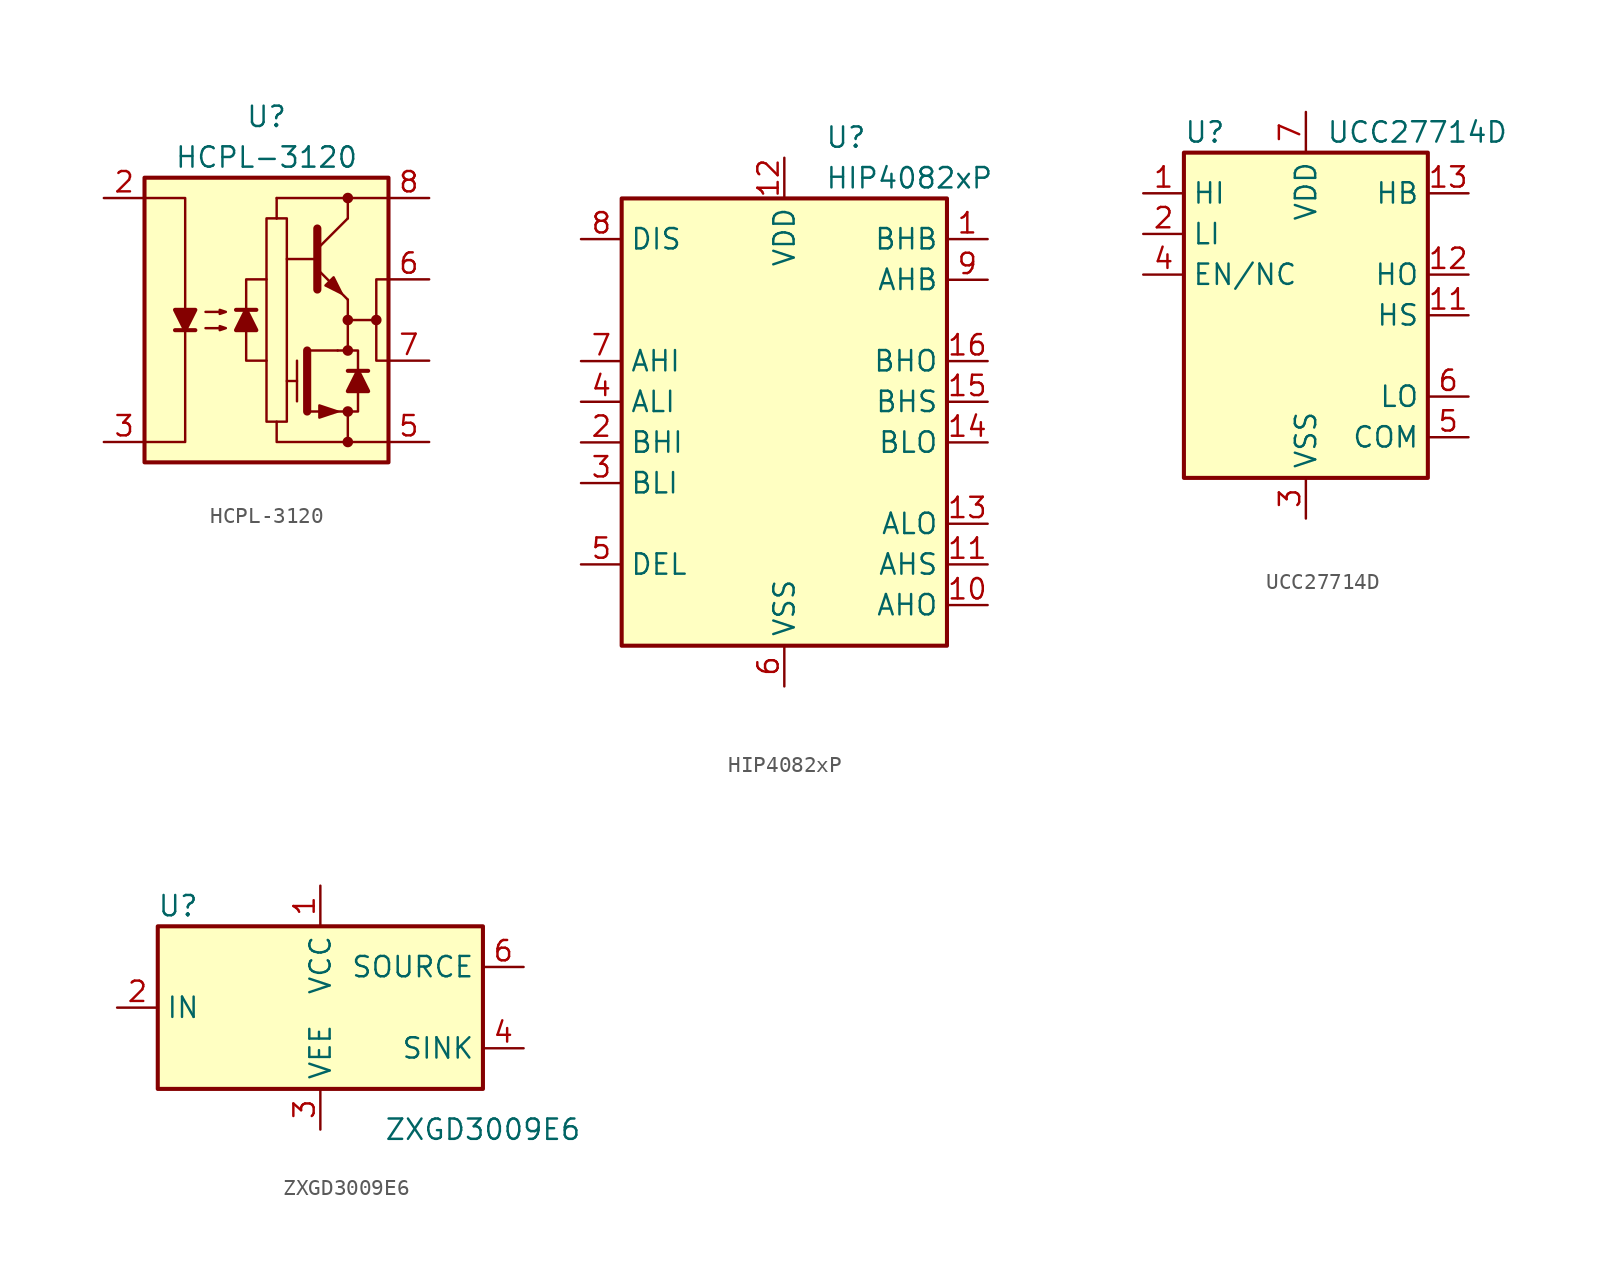
<source format=kicad_sym>
(kicad_symbol_lib
  (version 20200908)
  (generator kicad_symbol_editor)
  (symbol "Driver_FET:HCPL-3120"
    (pin_names hide)
    (property "Reference" "U"
      (at 0 12.7 0)
      (effects (font (size 1.27 1.27))))
    (property "Value" "HCPL-3120"
      (at 0 10.16 0)
      (effects (font (size 1.27 1.27))))
    (symbol "HCPL-3120_0_1"
      (circle (center 5.08 -7.62) (radius 0.254) (stroke (width 0)) (fill (type outline)))
      (circle (center 5.08 -5.715) (radius 0.254) (stroke (width 0)) (fill (type outline)))
      (circle (center 5.08 -1.905) (radius 0.254) (stroke (width 0)) (fill (type outline)))
      (circle (center 5.08 0) (radius 0.254) (stroke (width 0)) (fill (type outline)))
      (circle (center 5.08 7.62) (radius 0.254) (stroke (width 0)) (fill (type outline)))
      (circle (center 6.858 0) (radius 0.254) (stroke (width 0)) (fill (type outline)))
      (rectangle (start -7.62 8.89) (end 7.62 -8.89) (stroke (width 0.254)) (fill (type background)))
      (rectangle (start 0.635 6.35) (end 0.635 6.35) (stroke (width 0)) (fill (type none)))
      (rectangle (start 0.635 6.35) (end 0.635 7.62) (stroke (width 0)) (fill (type none)))
      (polyline (pts (xy -5.715 -0.635) (xy -4.445 -0.635)) (stroke (width 0.254)) (fill (type none)))
      (polyline (pts (xy -0.635 0.635) (xy -1.905 0.635)) (stroke (width 0.254)) (fill (type none)))
      (polyline (pts (xy 1.27 -3.81) (xy 1.905 -3.81)) (stroke (width 0)) (fill (type none)))
      (polyline (pts (xy 1.905 -5.08) (xy 1.905 -2.54)) (stroke (width 0)) (fill (type none)))
      (polyline (pts (xy 2.54 -5.715) (xy 2.54 -1.905)) (stroke (width 0.508)) (fill (type none)))
      (polyline (pts (xy 3.048 3.81) (xy 1.27 3.81)) (stroke (width 0)) (fill (type none)))
      (polyline (pts (xy 3.175 4.445) (xy 5.08 6.35)) (stroke (width 0)) (fill (type none)))
      (polyline (pts (xy 4.445 -1.905) (xy 2.54 -1.905)) (stroke (width 0)) (fill (type none)))
      (polyline (pts (xy 5.08 -5.715) (xy 5.08 -7.62)) (stroke (width 0)) (fill (type none)))
      (polyline (pts (xy 5.08 0) (xy 6.858 0)) (stroke (width 0)) (fill (type none)))
      (polyline (pts (xy 5.08 1.27) (xy 3.175 3.175)) (stroke (width 0)) (fill (type outline)))
      (polyline (pts (xy 5.08 1.27) (xy 5.08 -1.905)) (stroke (width 0)) (fill (type none)))
      (polyline (pts (xy 5.08 6.35) (xy 5.08 7.62)) (stroke (width 0)) (fill (type none)))
      (polyline (pts (xy 6.35 -3.175) (xy 5.08 -3.175)) (stroke (width 0.254)) (fill (type none)))
      (polyline (pts (xy 7.62 7.62) (xy 0.635 7.62)) (stroke (width 0)) (fill (type none)))
      (polyline (pts (xy -1.27 -0.635) (xy -1.27 -2.54) (xy 0 -2.54)) (stroke (width 0)) (fill (type none)))
      (polyline (pts (xy -1.27 0.635) (xy -1.27 2.54) (xy 0 2.54)) (stroke (width 0)) (fill (type none)))
      (polyline (pts (xy 0.635 -6.35) (xy 0.635 -7.62) (xy 7.62 -7.62)) (stroke (width 0)) (fill (type none)))
      (polyline (pts (xy 3.175 5.715) (xy 3.175 1.905) (xy 3.175 1.905)) (stroke (width 0.508)) (fill (type none)))
      (polyline (pts (xy 4.445 -1.905) (xy 5.715 -1.905) (xy 5.715 -3.175)) (stroke (width 0)) (fill (type none)))
      (polyline (pts (xy 5.715 -4.445) (xy 5.715 -5.715) (xy 2.54 -5.715)) (stroke (width 0)) (fill (type none)))
      (polyline (pts (xy -7.62 7.62) (xy -5.08 7.62) (xy -5.08 -7.62) (xy -7.62 -7.62)) (stroke (width 0)) (fill (type none)))
      (polyline (pts (xy -5.08 -0.635) (xy -5.715 0.635) (xy -4.445 0.635) (xy -5.08 -0.635)) (stroke (width 0.254)) (fill (type outline)))
      (polyline (pts (xy -1.27 0.635) (xy -0.635 -0.635) (xy -1.905 -0.635) (xy -1.27 0.635)) (stroke (width 0.254)) (fill (type outline)))
      (polyline (pts (xy 4.445 -5.715) (xy 3.302 -5.334) (xy 3.302 -6.096) (xy 4.445 -5.715)) (stroke (width 0)) (fill (type outline)))
      (polyline (pts (xy 5.715 -3.175) (xy 6.35 -4.445) (xy 5.08 -4.445) (xy 5.715 -3.175)) (stroke (width 0.254)) (fill (type outline)))
      (polyline (pts (xy 7.62 2.54) (xy 6.858 2.54) (xy 6.858 -2.54) (xy 7.62 -2.54)) (stroke (width 0)) (fill (type none)))
      (polyline (pts (xy -3.81 -0.508) (xy -2.54 -0.508) (xy -2.921 -0.635) (xy -2.921 -0.381) (xy -2.54 -0.508)) (stroke (width 0)) (fill (type none)))
      (polyline (pts (xy -3.81 0.508) (xy -2.54 0.508) (xy -2.921 0.381) (xy -2.921 0.635) (xy -2.54 0.508)) (stroke (width 0)) (fill (type none)))
      (polyline (pts (xy 1.27 6.35) (xy 1.27 -6.35) (xy 0 -6.35) (xy 0 6.35) (xy 1.27 6.35)) (stroke (width 0)) (fill (type none)))
      (polyline (pts (xy 3.683 2.159) (xy 4.191 2.667) (xy 4.699 1.651) (xy 3.683 2.159) (xy 3.683 2.159)) (stroke (width 0)) (fill (type outline))))
    (symbol "HCPL-3120_1_1"
      (pin unconnected line (at -7.62 2.54 0) (length 2.54) hide (name "NC" (effects (font (size 1.27 1.27)))) (number "1" (effects (font (size 1.27 1.27)))))
      (pin passive line (at -10.16 7.62 0) (length 2.54) (name "A" (effects (font (size 1.27 1.27)))) (number "2" (effects (font (size 1.27 1.27)))))
      (pin passive line (at -10.16 -7.62 0) (length 2.54) (name "C" (effects (font (size 1.27 1.27)))) (number "3" (effects (font (size 1.27 1.27)))))
      (pin unconnected line (at -7.62 -2.54 0) (length 2.54) hide (name "NC" (effects (font (size 1.27 1.27)))) (number "4" (effects (font (size 1.27 1.27)))))
      (pin power_out line (at 10.16 -7.62 180) (length 2.54) (name "VEE" (effects (font (size 1.27 1.27)))) (number "5" (effects (font (size 1.27 1.27)))))
      (pin output line (at 10.16 2.54 180) (length 2.54) (name "VO" (effects (font (size 1.27 1.27)))) (number "6" (effects (font (size 1.27 1.27)))))
      (pin output line (at 10.16 -2.54 180) (length 2.54) (name "VO" (effects (font (size 1.27 1.27)))) (number "7" (effects (font (size 1.27 1.27)))))
      (pin power_in line (at 10.16 7.62 180) (length 2.54) (name "VCC" (effects (font (size 1.27 1.27)))) (number "8" (effects (font (size 1.27 1.27)))))))
  (symbol "Driver_FET:HIP4082xP"
    (property "Reference" "U"
      (at 2.54 16.51 0)
      (effects (font (size 1.27 1.27)) (justify left)))
    (property "Value" "HIP4082xP"
      (at 2.54 13.97 0)
      (effects (font (size 1.27 1.27)) (justify left)))
    (symbol "HIP4082xP_1_1"
      (rectangle (start -10.16 -15.24) (end 10.16 12.7) (stroke (width 0.254)) (fill (type background)))
      (pin input line (at 12.7 10.16 180) (length 2.54) (name "BHB" (effects (font (size 1.27 1.27)))) (number "1" (effects (font (size 1.27 1.27)))))
      (pin output line (at 12.7 -12.7 180) (length 2.54) (name "AHO" (effects (font (size 1.27 1.27)))) (number "10" (effects (font (size 1.27 1.27)))))
      (pin passive line (at 12.7 -10.16 180) (length 2.54) (name "AHS" (effects (font (size 1.27 1.27)))) (number "11" (effects (font (size 1.27 1.27)))))
      (pin power_in line (at 0 15.24 270) (length 2.54) (name "VDD" (effects (font (size 1.27 1.27)))) (number "12" (effects (font (size 1.27 1.27)))))
      (pin output line (at 12.7 -7.62 180) (length 2.54) (name "ALO" (effects (font (size 1.27 1.27)))) (number "13" (effects (font (size 1.27 1.27)))))
      (pin output line (at 12.7 -2.54 180) (length 2.54) (name "BLO" (effects (font (size 1.27 1.27)))) (number "14" (effects (font (size 1.27 1.27)))))
      (pin passive line (at 12.7 0 180) (length 2.54) (name "BHS" (effects (font (size 1.27 1.27)))) (number "15" (effects (font (size 1.27 1.27)))))
      (pin output line (at 12.7 2.54 180) (length 2.54) (name "BHO" (effects (font (size 1.27 1.27)))) (number "16" (effects (font (size 1.27 1.27)))))
      (pin input line (at -12.7 -2.54 0) (length 2.54) (name "BHI" (effects (font (size 1.27 1.27)))) (number "2" (effects (font (size 1.27 1.27)))))
      (pin input line (at -12.7 -5.08 0) (length 2.54) (name "BLI" (effects (font (size 1.27 1.27)))) (number "3" (effects (font (size 1.27 1.27)))))
      (pin input line (at -12.7 0 0) (length 2.54) (name "ALI" (effects (font (size 1.27 1.27)))) (number "4" (effects (font (size 1.27 1.27)))))
      (pin power_in line (at 0 -17.78 90) (length 2.54) (name "VSS" (effects (font (size 1.27 1.27)))) (number "6" (effects (font (size 1.27 1.27)))))
      (pin input line (at -12.7 2.54 0) (length 2.54) (name "AHI" (effects (font (size 1.27 1.27)))) (number "7" (effects (font (size 1.27 1.27)))))
      (pin input line (at -12.7 10.16 0) (length 2.54) (name "DIS" (effects (font (size 1.27 1.27)))) (number "8" (effects (font (size 1.27 1.27)))))
      (pin input line (at 12.7 7.62 180) (length 2.54) (name "AHB" (effects (font (size 1.27 1.27)))) (number "9" (effects (font (size 1.27 1.27))))))
    (symbol "HIP4082xP_0_0"
      (pin passive line (at -12.7 -10.16 0) (length 2.54) (name "DEL" (effects (font (size 1.27 1.27)))) (number "5" (effects (font (size 1.27 1.27)))))))
  (symbol "Driver_FET:UCC27714D"
    (property "Reference" "U"
      (at -7.62 11.43 0)
      (effects (font (size 1.27 1.27)) (justify left)))
    (property "Value" "UCC27714D"
      (at 1.27 11.43 0)
      (effects (font (size 1.27 1.27)) (justify left)))
    (symbol "UCC27714D_0_1"
      (rectangle (start -7.62 10.16) (end 7.62 -10.16) (stroke (width 0.254)) (fill (type background))))
    (symbol "UCC27714D_1_1"
      (pin input line (at -10.16 7.62 0) (length 2.54) (name "HI" (effects (font (size 1.27 1.27)))) (number "1" (effects (font (size 1.27 1.27)))))
      (pin unconnected line (at -7.62 -5.08 0) (length 2.54) hide (name "NC" (effects (font (size 1.27 1.27)))) (number "10" (effects (font (size 1.27 1.27)))))
      (pin passive line (at 10.16 0 180) (length 2.54) (name "HS" (effects (font (size 1.27 1.27)))) (number "11" (effects (font (size 1.27 1.27)))))
      (pin output line (at 10.16 2.54 180) (length 2.54) (name "HO" (effects (font (size 1.27 1.27)))) (number "12" (effects (font (size 1.27 1.27)))))
      (pin input line (at 10.16 7.62 180) (length 2.54) (name "HB" (effects (font (size 1.27 1.27)))) (number "13" (effects (font (size 1.27 1.27)))))
      (pin unconnected line (at -7.62 -7.62 0) (length 2.54) hide (name "NC" (effects (font (size 1.27 1.27)))) (number "14" (effects (font (size 1.27 1.27)))))
      (pin input line (at -10.16 5.08 0) (length 2.54) (name "LI" (effects (font (size 1.27 1.27)))) (number "2" (effects (font (size 1.27 1.27)))))
      (pin power_in line (at 0 -12.7 90) (length 2.54) (name "VSS" (effects (font (size 1.27 1.27)))) (number "3" (effects (font (size 1.27 1.27)))))
      (pin input line (at -10.16 2.54 0) (length 2.54) (name "EN/NC" (effects (font (size 1.27 1.27)))) (number "4" (effects (font (size 1.27 1.27)))))
      (pin passive line (at 10.16 -7.62 180) (length 2.54) (name "COM" (effects (font (size 1.27 1.27)))) (number "5" (effects (font (size 1.27 1.27)))))
      (pin output line (at 10.16 -5.08 180) (length 2.54) (name "LO" (effects (font (size 1.27 1.27)))) (number "6" (effects (font (size 1.27 1.27)))))
      (pin power_in line (at 0 12.7 270) (length 2.54) (name "VDD" (effects (font (size 1.27 1.27)))) (number "7" (effects (font (size 1.27 1.27)))))
      (pin unconnected line (at -7.62 0 0) (length 2.54) hide (name "NC" (effects (font (size 1.27 1.27)))) (number "8" (effects (font (size 1.27 1.27)))))
      (pin unconnected line (at -7.62 -2.54 0) (length 2.54) hide (name "NC" (effects (font (size 1.27 1.27)))) (number "9" (effects (font (size 1.27 1.27)))))))
  (symbol "Driver_FET:ZXGD3009E6"
    (property "Reference" "U"
      (at -8.89 6.35 0)
      (effects (font (size 1.27 1.27))))
    (property "Value" "ZXGD3009E6"
      (at 10.16 -7.62 0)
      (effects (font (size 1.27 1.27))))
    (symbol "ZXGD3009E6_0_1"
      (rectangle (start -10.16 5.08) (end 10.16 -5.08) (stroke (width 0.254)) (fill (type background))))
    (symbol "ZXGD3009E6_1_1"
      (pin power_in line (at 0 7.62 270) (length 2.54) (name "VCC" (effects (font (size 1.27 1.27)))) (number "1" (effects (font (size 1.27 1.27)))))
      (pin input line (at -12.7 0 0) (length 2.54) (name "IN" (effects (font (size 1.27 1.27)))) (number "2" (effects (font (size 1.27 1.27)))))
      (pin power_in line (at 0 -7.62 90) (length 2.54) (name "VEE" (effects (font (size 1.27 1.27)))) (number "3" (effects (font (size 1.27 1.27)))))
      (pin open_collector line (at 12.7 -2.54 180) (length 2.54) (name "SINK" (effects (font (size 1.27 1.27)))) (number "4" (effects (font (size 1.27 1.27)))))
      (pin unconnected line (at 10.16 0 180) (length 2.54) hide (name "NC" (effects (font (size 1.27 1.27)))) (number "5" (effects (font (size 1.27 1.27)))))
      (pin open_emitter line (at 12.7 2.54 180) (length 2.54) (name "SOURCE" (effects (font (size 1.27 1.27)))) (number "6" (effects (font (size 1.27 1.27))))))))
</source>
